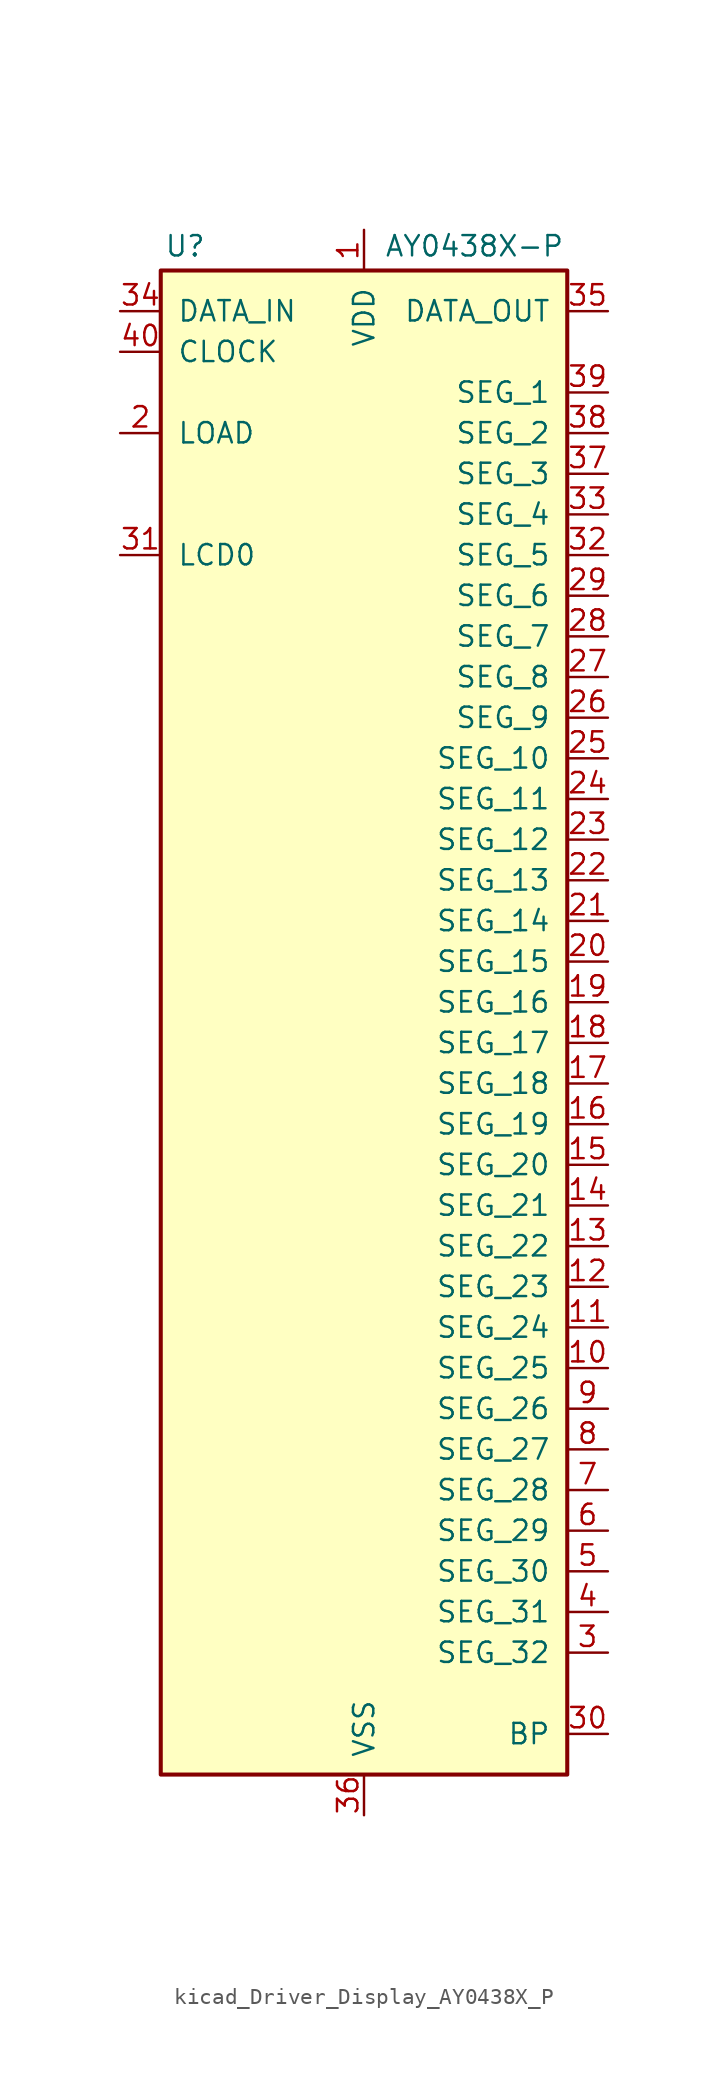
<source format=kicad_sym>
(kicad_symbol_lib
  (version 20220914)
  (generator kicad_symbol_editor)
  (symbol "kicad_Driver_Display_AY0438X_P"
    (pin_names
      (offset 1.016))
    (property "Reference" "U"
      (at -11.176 47.244 0)
      (effects (font (size 1.27 1.27))))
    (property "Value" "AY0438X-P"
      (at 1.27 47.244 0)
      (effects (font (size 1.27 1.27)) (justify left)))
    (symbol "kicad_Driver_Display_AY0438X_P_0_1"
      (rectangle (start -12.7 45.72) (end 12.7 -48.26) (stroke (width 0.254) (type default)) (fill (type background))))
    (symbol "kicad_Driver_Display_AY0438X_P_1_1"
      (pin power_in line (at 0 48.26 270) (length 2.54) (name "VDD" (effects (font (size 1.27 1.27)))) (number "1" (effects (font (size 1.27 1.27)))))
      (pin output line (at 15.24 -22.86 180) (length 2.54) (name "SEG_25" (effects (font (size 1.27 1.27)))) (number "10" (effects (font (size 1.27 1.27)))))
      (pin output line (at 15.24 -20.32 180) (length 2.54) (name "SEG_24" (effects (font (size 1.27 1.27)))) (number "11" (effects (font (size 1.27 1.27)))))
      (pin output line (at 15.24 -17.78 180) (length 2.54) (name "SEG_23" (effects (font (size 1.27 1.27)))) (number "12" (effects (font (size 1.27 1.27)))))
      (pin output line (at 15.24 -15.24 180) (length 2.54) (name "SEG_22" (effects (font (size 1.27 1.27)))) (number "13" (effects (font (size 1.27 1.27)))))
      (pin output line (at 15.24 -12.7 180) (length 2.54) (name "SEG_21" (effects (font (size 1.27 1.27)))) (number "14" (effects (font (size 1.27 1.27)))))
      (pin output line (at 15.24 -10.16 180) (length 2.54) (name "SEG_20" (effects (font (size 1.27 1.27)))) (number "15" (effects (font (size 1.27 1.27)))))
      (pin output line (at 15.24 -7.62 180) (length 2.54) (name "SEG_19" (effects (font (size 1.27 1.27)))) (number "16" (effects (font (size 1.27 1.27)))))
      (pin output line (at 15.24 -5.08 180) (length 2.54) (name "SEG_18" (effects (font (size 1.27 1.27)))) (number "17" (effects (font (size 1.27 1.27)))))
      (pin output line (at 15.24 -2.54 180) (length 2.54) (name "SEG_17" (effects (font (size 1.27 1.27)))) (number "18" (effects (font (size 1.27 1.27)))))
      (pin output line (at 15.24 0 180) (length 2.54) (name "SEG_16" (effects (font (size 1.27 1.27)))) (number "19" (effects (font (size 1.27 1.27)))))
      (pin input line (at -15.24 35.56 0) (length 2.54) (name "LOAD" (effects (font (size 1.27 1.27)))) (number "2" (effects (font (size 1.27 1.27)))))
      (pin output line (at 15.24 2.54 180) (length 2.54) (name "SEG_15" (effects (font (size 1.27 1.27)))) (number "20" (effects (font (size 1.27 1.27)))))
      (pin output line (at 15.24 5.08 180) (length 2.54) (name "SEG_14" (effects (font (size 1.27 1.27)))) (number "21" (effects (font (size 1.27 1.27)))))
      (pin output line (at 15.24 7.62 180) (length 2.54) (name "SEG_13" (effects (font (size 1.27 1.27)))) (number "22" (effects (font (size 1.27 1.27)))))
      (pin output line (at 15.24 10.16 180) (length 2.54) (name "SEG_12" (effects (font (size 1.27 1.27)))) (number "23" (effects (font (size 1.27 1.27)))))
      (pin output line (at 15.24 12.7 180) (length 2.54) (name "SEG_11" (effects (font (size 1.27 1.27)))) (number "24" (effects (font (size 1.27 1.27)))))
      (pin output line (at 15.24 15.24 180) (length 2.54) (name "SEG_10" (effects (font (size 1.27 1.27)))) (number "25" (effects (font (size 1.27 1.27)))))
      (pin output line (at 15.24 17.78 180) (length 2.54) (name "SEG_9" (effects (font (size 1.27 1.27)))) (number "26" (effects (font (size 1.27 1.27)))))
      (pin output line (at 15.24 20.32 180) (length 2.54) (name "SEG_8" (effects (font (size 1.27 1.27)))) (number "27" (effects (font (size 1.27 1.27)))))
      (pin output line (at 15.24 22.86 180) (length 2.54) (name "SEG_7" (effects (font (size 1.27 1.27)))) (number "28" (effects (font (size 1.27 1.27)))))
      (pin output line (at 15.24 25.4 180) (length 2.54) (name "SEG_6" (effects (font (size 1.27 1.27)))) (number "29" (effects (font (size 1.27 1.27)))))
      (pin output line (at 15.24 -40.64 180) (length 2.54) (name "SEG_32" (effects (font (size 1.27 1.27)))) (number "3" (effects (font (size 1.27 1.27)))))
      (pin output line (at 15.24 -45.72 180) (length 2.54) (name "BP" (effects (font (size 1.27 1.27)))) (number "30" (effects (font (size 1.27 1.27)))))
      (pin input line (at -15.24 27.94 0) (length 2.54) (name "LCD0" (effects (font (size 1.27 1.27)))) (number "31" (effects (font (size 1.27 1.27)))))
      (pin output line (at 15.24 27.94 180) (length 2.54) (name "SEG_5" (effects (font (size 1.27 1.27)))) (number "32" (effects (font (size 1.27 1.27)))))
      (pin output line (at 15.24 30.48 180) (length 2.54) (name "SEG_4" (effects (font (size 1.27 1.27)))) (number "33" (effects (font (size 1.27 1.27)))))
      (pin input line (at -15.24 43.18 0) (length 2.54) (name "DATA_IN" (effects (font (size 1.27 1.27)))) (number "34" (effects (font (size 1.27 1.27)))))
      (pin output line (at 15.24 43.18 180) (length 2.54) (name "DATA_OUT" (effects (font (size 1.27 1.27)))) (number "35" (effects (font (size 1.27 1.27)))))
      (pin power_in line (at 0 -50.8 90) (length 2.54) (name "VSS" (effects (font (size 1.27 1.27)))) (number "36" (effects (font (size 1.27 1.27)))))
      (pin output line (at 15.24 33.02 180) (length 2.54) (name "SEG_3" (effects (font (size 1.27 1.27)))) (number "37" (effects (font (size 1.27 1.27)))))
      (pin output line (at 15.24 35.56 180) (length 2.54) (name "SEG_2" (effects (font (size 1.27 1.27)))) (number "38" (effects (font (size 1.27 1.27)))))
      (pin output line (at 15.24 38.1 180) (length 2.54) (name "SEG_1" (effects (font (size 1.27 1.27)))) (number "39" (effects (font (size 1.27 1.27)))))
      (pin output line (at 15.24 -38.1 180) (length 2.54) (name "SEG_31" (effects (font (size 1.27 1.27)))) (number "4" (effects (font (size 1.27 1.27)))))
      (pin input line (at -15.24 40.64 0) (length 2.54) (name "CLOCK" (effects (font (size 1.27 1.27)))) (number "40" (effects (font (size 1.27 1.27)))))
      (pin output line (at 15.24 -35.56 180) (length 2.54) (name "SEG_30" (effects (font (size 1.27 1.27)))) (number "5" (effects (font (size 1.27 1.27)))))
      (pin output line (at 15.24 -33.02 180) (length 2.54) (name "SEG_29" (effects (font (size 1.27 1.27)))) (number "6" (effects (font (size 1.27 1.27)))))
      (pin output line (at 15.24 -30.48 180) (length 2.54) (name "SEG_28" (effects (font (size 1.27 1.27)))) (number "7" (effects (font (size 1.27 1.27)))))
      (pin output line (at 15.24 -27.94 180) (length 2.54) (name "SEG_27" (effects (font (size 1.27 1.27)))) (number "8" (effects (font (size 1.27 1.27)))))
      (pin output line (at 15.24 -25.4 180) (length 2.54) (name "SEG_26" (effects (font (size 1.27 1.27)))) (number "9" (effects (font (size 1.27 1.27))))))))
</source>
